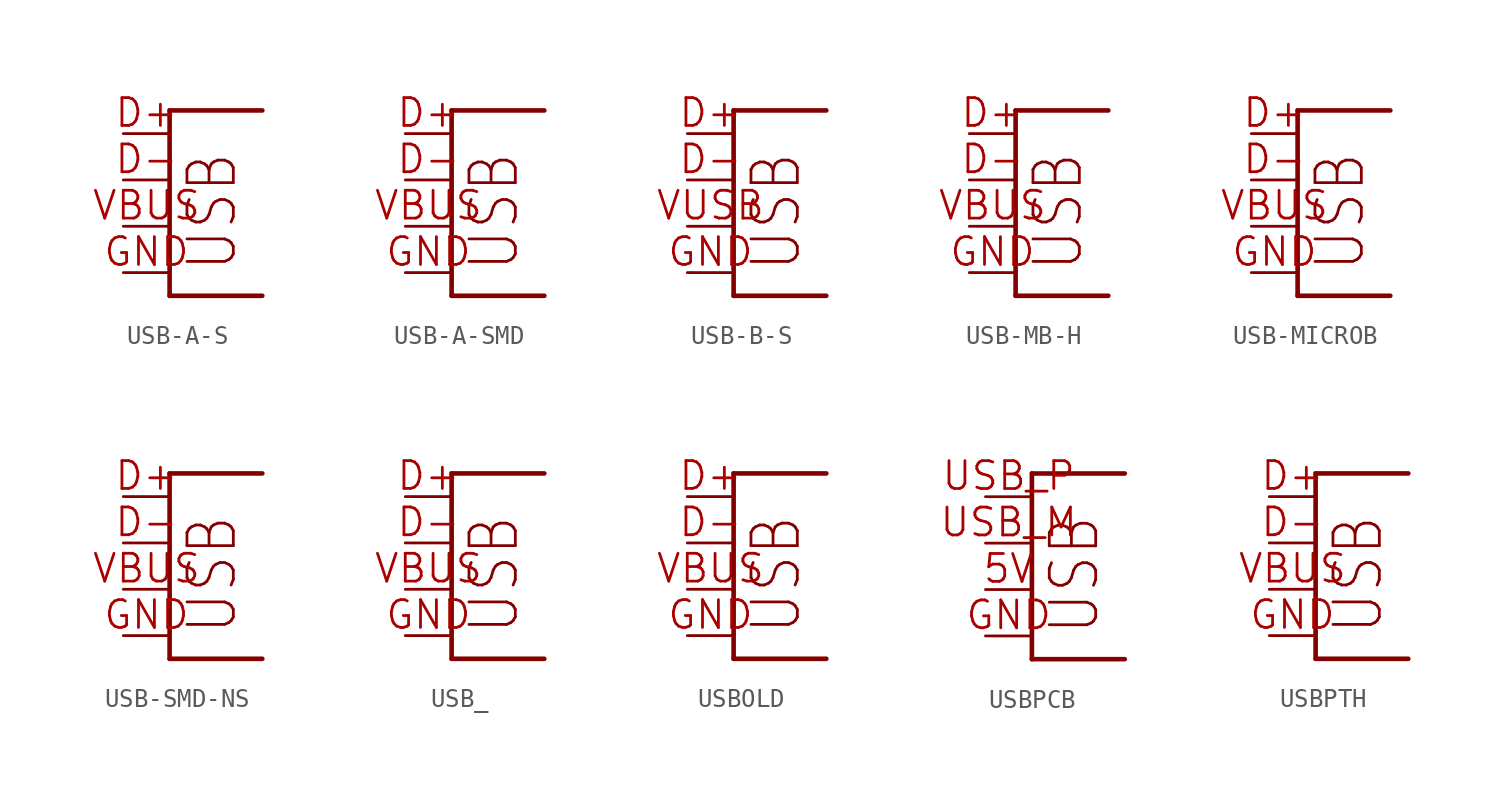
<source format=kicad_sym>
(kicad_symbol_lib
  (version 20241209)
  (generator "kicad_symbol_editor")
  (generator_version "9.0")
  (symbol "USB-A-S"
    (property "Reference" "X"
      (at 0 0 0)
      (effects (font (size 1.27 1.27)) (hide yes)))
    (property "ki_locked" ""
      (at 0 0 0)
      (effects (font (size 1.27 1.27))))
    (symbol "USB-A-S_1_0"
      (polyline (pts (xy 0 8.89) (xy 0 -1.27)) (stroke (width 0.254) (type solid)) (fill (type none)))
      (polyline (pts (xy 0 -1.27) (xy 5.08 -1.27)) (stroke (width 0.254) (type solid)) (fill (type none)))
      (polyline (pts (xy 5.08 8.89) (xy 0 8.89)) (stroke (width 0.254) (type solid)) (fill (type none)))
      (text "USB" (at 3.81 0 900) (effects (font (size 2.54 2.159)) (justify left bottom)))
      (pin bidirectional line (at -2.54 7.62 0) (length 2.54) (name "D+" (effects (font (size 0 0)))) (number "D+" (effects (font (size 1.524 1.524)))))
      (pin bidirectional line (at -2.54 5.08 0) (length 2.54) (name "D-" (effects (font (size 0 0)))) (number "D-" (effects (font (size 1.524 1.524)))))
      (pin bidirectional line (at -2.54 2.54 0) (length 2.54) (name "VBUS" (effects (font (size 0 0)))) (number "VBUS" (effects (font (size 1.524 1.524)))))
      (pin bidirectional line (at -2.54 0 0) (length 2.54) (name "GND" (effects (font (size 0 0)))) (number "GND" (effects (font (size 1.524 1.524)))))))
  (symbol "USB-A-SMD"
    (property "Reference" "X"
      (at 0 0 0)
      (effects (font (size 1.27 1.27)) (hide yes)))
    (property "ki_locked" ""
      (at 0 0 0)
      (effects (font (size 1.27 1.27))))
    (symbol "USB-A-SMD_1_0"
      (polyline (pts (xy 0 8.89) (xy 0 -1.27)) (stroke (width 0.254) (type solid)) (fill (type none)))
      (polyline (pts (xy 0 -1.27) (xy 5.08 -1.27)) (stroke (width 0.254) (type solid)) (fill (type none)))
      (polyline (pts (xy 5.08 8.89) (xy 0 8.89)) (stroke (width 0.254) (type solid)) (fill (type none)))
      (text "USB" (at 3.81 0 900) (effects (font (size 2.54 2.159)) (justify left bottom)))
      (pin bidirectional line (at -2.54 7.62 0) (length 2.54) (name "D+" (effects (font (size 0 0)))) (number "D+" (effects (font (size 1.524 1.524)))))
      (pin bidirectional line (at -2.54 5.08 0) (length 2.54) (name "D-" (effects (font (size 0 0)))) (number "D-" (effects (font (size 1.524 1.524)))))
      (pin bidirectional line (at -2.54 2.54 0) (length 2.54) (name "VBUS" (effects (font (size 0 0)))) (number "VBUS" (effects (font (size 1.524 1.524)))))
      (pin bidirectional line (at -2.54 0 0) (length 2.54) (name "GND" (effects (font (size 0 0)))) (number "GND" (effects (font (size 1.524 1.524)))))))
  (symbol "USB-B-S"
    (property "Reference" "X"
      (at 0 0 0)
      (effects (font (size 1.27 1.27)) (hide yes)))
    (property "ki_locked" ""
      (at 0 0 0)
      (effects (font (size 1.27 1.27))))
    (symbol "USB-B-S_1_0"
      (polyline (pts (xy 0 8.89) (xy 0 -1.27)) (stroke (width 0.254) (type solid)) (fill (type none)))
      (polyline (pts (xy 0 -1.27) (xy 5.08 -1.27)) (stroke (width 0.254) (type solid)) (fill (type none)))
      (polyline (pts (xy 5.08 8.89) (xy 0 8.89)) (stroke (width 0.254) (type solid)) (fill (type none)))
      (text "USB" (at 3.81 0 900) (effects (font (size 2.54 2.159)) (justify left bottom)))
      (pin bidirectional line (at -2.54 7.62 0) (length 2.54) (name "D+" (effects (font (size 0 0)))) (number "D+" (effects (font (size 1.524 1.524)))))
      (pin bidirectional line (at -2.54 5.08 0) (length 2.54) (name "D-" (effects (font (size 0 0)))) (number "D-" (effects (font (size 1.524 1.524)))))
      (pin bidirectional line (at -2.54 2.54 0) (length 2.54) (name "VBUS" (effects (font (size 0 0)))) (number "VUSB" (effects (font (size 1.524 1.524)))))
      (pin bidirectional line (at -2.54 0 0) (length 2.54) (name "GND" (effects (font (size 0 0)))) (number "GND" (effects (font (size 1.524 1.524)))))))
  (symbol "USB-MB-H"
    (property "Reference" "X"
      (at 0 0 0)
      (effects (font (size 1.27 1.27)) (hide yes)))
    (property "ki_locked" ""
      (at 0 0 0)
      (effects (font (size 1.27 1.27))))
    (symbol "USB-MB-H_1_0"
      (polyline (pts (xy 0 8.89) (xy 0 -1.27)) (stroke (width 0.254) (type solid)) (fill (type none)))
      (polyline (pts (xy 0 -1.27) (xy 5.08 -1.27)) (stroke (width 0.254) (type solid)) (fill (type none)))
      (polyline (pts (xy 5.08 8.89) (xy 0 8.89)) (stroke (width 0.254) (type solid)) (fill (type none)))
      (text "USB" (at 3.81 0 900) (effects (font (size 2.54 2.159)) (justify left bottom)))
      (pin bidirectional line (at -2.54 7.62 0) (length 2.54) (name "D+" (effects (font (size 0 0)))) (number "D+" (effects (font (size 1.524 1.524)))))
      (pin bidirectional line (at -2.54 5.08 0) (length 2.54) (name "D-" (effects (font (size 0 0)))) (number "D-" (effects (font (size 1.524 1.524)))))
      (pin bidirectional line (at -2.54 2.54 0) (length 2.54) (name "VBUS" (effects (font (size 0 0)))) (number "VBUS" (effects (font (size 1.524 1.524)))))
      (pin bidirectional line (at -2.54 0 0) (length 2.54) (name "GND" (effects (font (size 0 0)))) (number "GND" (effects (font (size 1.524 1.524)))))))
  (symbol "USB-MICROB"
    (property "Reference" "X"
      (at 0 0 0)
      (effects (font (size 1.27 1.27)) (hide yes)))
    (property "ki_locked" ""
      (at 0 0 0)
      (effects (font (size 1.27 1.27))))
    (symbol "USB-MICROB_1_0"
      (polyline (pts (xy 0 8.89) (xy 0 -1.27)) (stroke (width 0.254) (type solid)) (fill (type none)))
      (polyline (pts (xy 0 -1.27) (xy 5.08 -1.27)) (stroke (width 0.254) (type solid)) (fill (type none)))
      (polyline (pts (xy 5.08 8.89) (xy 0 8.89)) (stroke (width 0.254) (type solid)) (fill (type none)))
      (text "USB" (at 3.81 0 900) (effects (font (size 2.54 2.159)) (justify left bottom)))
      (pin bidirectional line (at -2.54 7.62 0) (length 2.54) (name "D+" (effects (font (size 0 0)))) (number "D+" (effects (font (size 1.524 1.524)))))
      (pin bidirectional line (at -2.54 5.08 0) (length 2.54) (name "D-" (effects (font (size 0 0)))) (number "D-" (effects (font (size 1.524 1.524)))))
      (pin bidirectional line (at -2.54 2.54 0) (length 2.54) (name "VBUS" (effects (font (size 0 0)))) (number "VBUS" (effects (font (size 1.524 1.524)))))
      (pin bidirectional line (at -2.54 0 0) (length 2.54) (name "GND" (effects (font (size 0 0)))) (number "GND" (effects (font (size 1.524 1.524)))))))
  (symbol "USB-SMD-NS"
    (property "Reference" "X"
      (at 0 0 0)
      (effects (font (size 1.27 1.27)) (hide yes)))
    (property "ki_locked" ""
      (at 0 0 0)
      (effects (font (size 1.27 1.27))))
    (symbol "USB-SMD-NS_1_0"
      (polyline (pts (xy 0 8.89) (xy 0 -1.27)) (stroke (width 0.254) (type solid)) (fill (type none)))
      (polyline (pts (xy 0 -1.27) (xy 5.08 -1.27)) (stroke (width 0.254) (type solid)) (fill (type none)))
      (polyline (pts (xy 5.08 8.89) (xy 0 8.89)) (stroke (width 0.254) (type solid)) (fill (type none)))
      (text "USB" (at 3.81 0 900) (effects (font (size 2.54 2.159)) (justify left bottom)))
      (pin bidirectional line (at -2.54 7.62 0) (length 2.54) (name "D+" (effects (font (size 0 0)))) (number "D+" (effects (font (size 1.524 1.524)))))
      (pin bidirectional line (at -2.54 5.08 0) (length 2.54) (name "D-" (effects (font (size 0 0)))) (number "D-" (effects (font (size 1.524 1.524)))))
      (pin bidirectional line (at -2.54 2.54 0) (length 2.54) (name "VBUS" (effects (font (size 0 0)))) (number "VBUS" (effects (font (size 1.524 1.524)))))
      (pin bidirectional line (at -2.54 0 0) (length 2.54) (name "GND" (effects (font (size 0 0)))) (number "GND" (effects (font (size 1.524 1.524)))))))
  (symbol "USB_"
    (property "Reference" "X"
      (at 0 0 0)
      (effects (font (size 1.27 1.27)) (hide yes)))
    (property "ki_locked" ""
      (at 0 0 0)
      (effects (font (size 1.27 1.27))))
    (symbol "USB__1_0"
      (polyline (pts (xy 0 8.89) (xy 0 -1.27)) (stroke (width 0.254) (type solid)) (fill (type none)))
      (polyline (pts (xy 0 -1.27) (xy 5.08 -1.27)) (stroke (width 0.254) (type solid)) (fill (type none)))
      (polyline (pts (xy 5.08 8.89) (xy 0 8.89)) (stroke (width 0.254) (type solid)) (fill (type none)))
      (text "USB" (at 3.81 0 900) (effects (font (size 2.54 2.159)) (justify left bottom)))
      (pin bidirectional line (at -2.54 7.62 0) (length 2.54) (name "D+" (effects (font (size 0 0)))) (number "D+" (effects (font (size 1.524 1.524)))))
      (pin bidirectional line (at -2.54 5.08 0) (length 2.54) (name "D-" (effects (font (size 0 0)))) (number "D-" (effects (font (size 1.524 1.524)))))
      (pin bidirectional line (at -2.54 2.54 0) (length 2.54) (name "VBUS" (effects (font (size 0 0)))) (number "VBUS" (effects (font (size 1.524 1.524)))))
      (pin bidirectional line (at -2.54 0 0) (length 2.54) (name "GND" (effects (font (size 0 0)))) (number "GND" (effects (font (size 1.524 1.524)))))))
  (symbol "USBOLD"
    (property "Reference" "X"
      (at 0 0 0)
      (effects (font (size 1.27 1.27)) (hide yes)))
    (property "ki_locked" ""
      (at 0 0 0)
      (effects (font (size 1.27 1.27))))
    (symbol "USBOLD_1_0"
      (polyline (pts (xy 0 8.89) (xy 0 -1.27)) (stroke (width 0.254) (type solid)) (fill (type none)))
      (polyline (pts (xy 0 -1.27) (xy 5.08 -1.27)) (stroke (width 0.254) (type solid)) (fill (type none)))
      (polyline (pts (xy 5.08 8.89) (xy 0 8.89)) (stroke (width 0.254) (type solid)) (fill (type none)))
      (text "USB" (at 3.81 0 900) (effects (font (size 2.54 2.159)) (justify left bottom)))
      (pin bidirectional line (at -2.54 7.62 0) (length 2.54) (name "D+" (effects (font (size 0 0)))) (number "D+" (effects (font (size 1.524 1.524)))))
      (pin bidirectional line (at -2.54 5.08 0) (length 2.54) (name "D-" (effects (font (size 0 0)))) (number "D-" (effects (font (size 1.524 1.524)))))
      (pin bidirectional line (at -2.54 2.54 0) (length 2.54) (name "VBUS" (effects (font (size 0 0)))) (number "VBUS" (effects (font (size 1.524 1.524)))))
      (pin bidirectional line (at -2.54 0 0) (length 2.54) (name "GND" (effects (font (size 0 0)))) (number "GND" (effects (font (size 1.524 1.524)))))))
  (symbol "USBPCB"
    (property "Reference" "X"
      (at 0 0 0)
      (effects (font (size 1.27 1.27)) (hide yes)))
    (property "ki_locked" ""
      (at 0 0 0)
      (effects (font (size 1.27 1.27))))
    (symbol "USBPCB_1_0"
      (polyline (pts (xy 0 8.89) (xy 0 -1.27)) (stroke (width 0.254) (type solid)) (fill (type none)))
      (polyline (pts (xy 0 -1.27) (xy 5.08 -1.27)) (stroke (width 0.254) (type solid)) (fill (type none)))
      (polyline (pts (xy 5.08 8.89) (xy 0 8.89)) (stroke (width 0.254) (type solid)) (fill (type none)))
      (text "USB" (at 3.81 0 900) (effects (font (size 2.54 2.159)) (justify left bottom)))
      (pin bidirectional line (at -2.54 7.62 0) (length 2.54) (name "D+" (effects (font (size 0 0)))) (number "USB_P" (effects (font (size 1.524 1.524)))))
      (pin bidirectional line (at -2.54 5.08 0) (length 2.54) (name "D-" (effects (font (size 0 0)))) (number "USB_M" (effects (font (size 1.524 1.524)))))
      (pin bidirectional line (at -2.54 2.54 0) (length 2.54) (name "VBUS" (effects (font (size 0 0)))) (number "5V" (effects (font (size 1.524 1.524)))))
      (pin bidirectional line (at -2.54 0 0) (length 2.54) (name "GND" (effects (font (size 0 0)))) (number "GND" (effects (font (size 1.524 1.524)))))))
  (symbol "USBPTH"
    (property "Reference" "X"
      (at 0 0 0)
      (effects (font (size 1.27 1.27)) (hide yes)))
    (property "ki_locked" ""
      (at 0 0 0)
      (effects (font (size 1.27 1.27))))
    (symbol "USBPTH_1_0"
      (polyline (pts (xy 0 8.89) (xy 0 -1.27)) (stroke (width 0.254) (type solid)) (fill (type none)))
      (polyline (pts (xy 0 -1.27) (xy 5.08 -1.27)) (stroke (width 0.254) (type solid)) (fill (type none)))
      (polyline (pts (xy 5.08 8.89) (xy 0 8.89)) (stroke (width 0.254) (type solid)) (fill (type none)))
      (text "USB" (at 3.81 0 900) (effects (font (size 2.54 2.159)) (justify left bottom)))
      (pin bidirectional line (at -2.54 7.62 0) (length 2.54) (name "D+" (effects (font (size 0 0)))) (number "D+" (effects (font (size 1.524 1.524)))))
      (pin bidirectional line (at -2.54 5.08 0) (length 2.54) (name "D-" (effects (font (size 0 0)))) (number "D-" (effects (font (size 1.524 1.524)))))
      (pin bidirectional line (at -2.54 2.54 0) (length 2.54) (name "VBUS" (effects (font (size 0 0)))) (number "VBUS" (effects (font (size 1.524 1.524)))))
      (pin bidirectional line (at -2.54 0 0) (length 2.54) (name "GND" (effects (font (size 0 0)))) (number "GND" (effects (font (size 1.524 1.524))))))))
</source>
